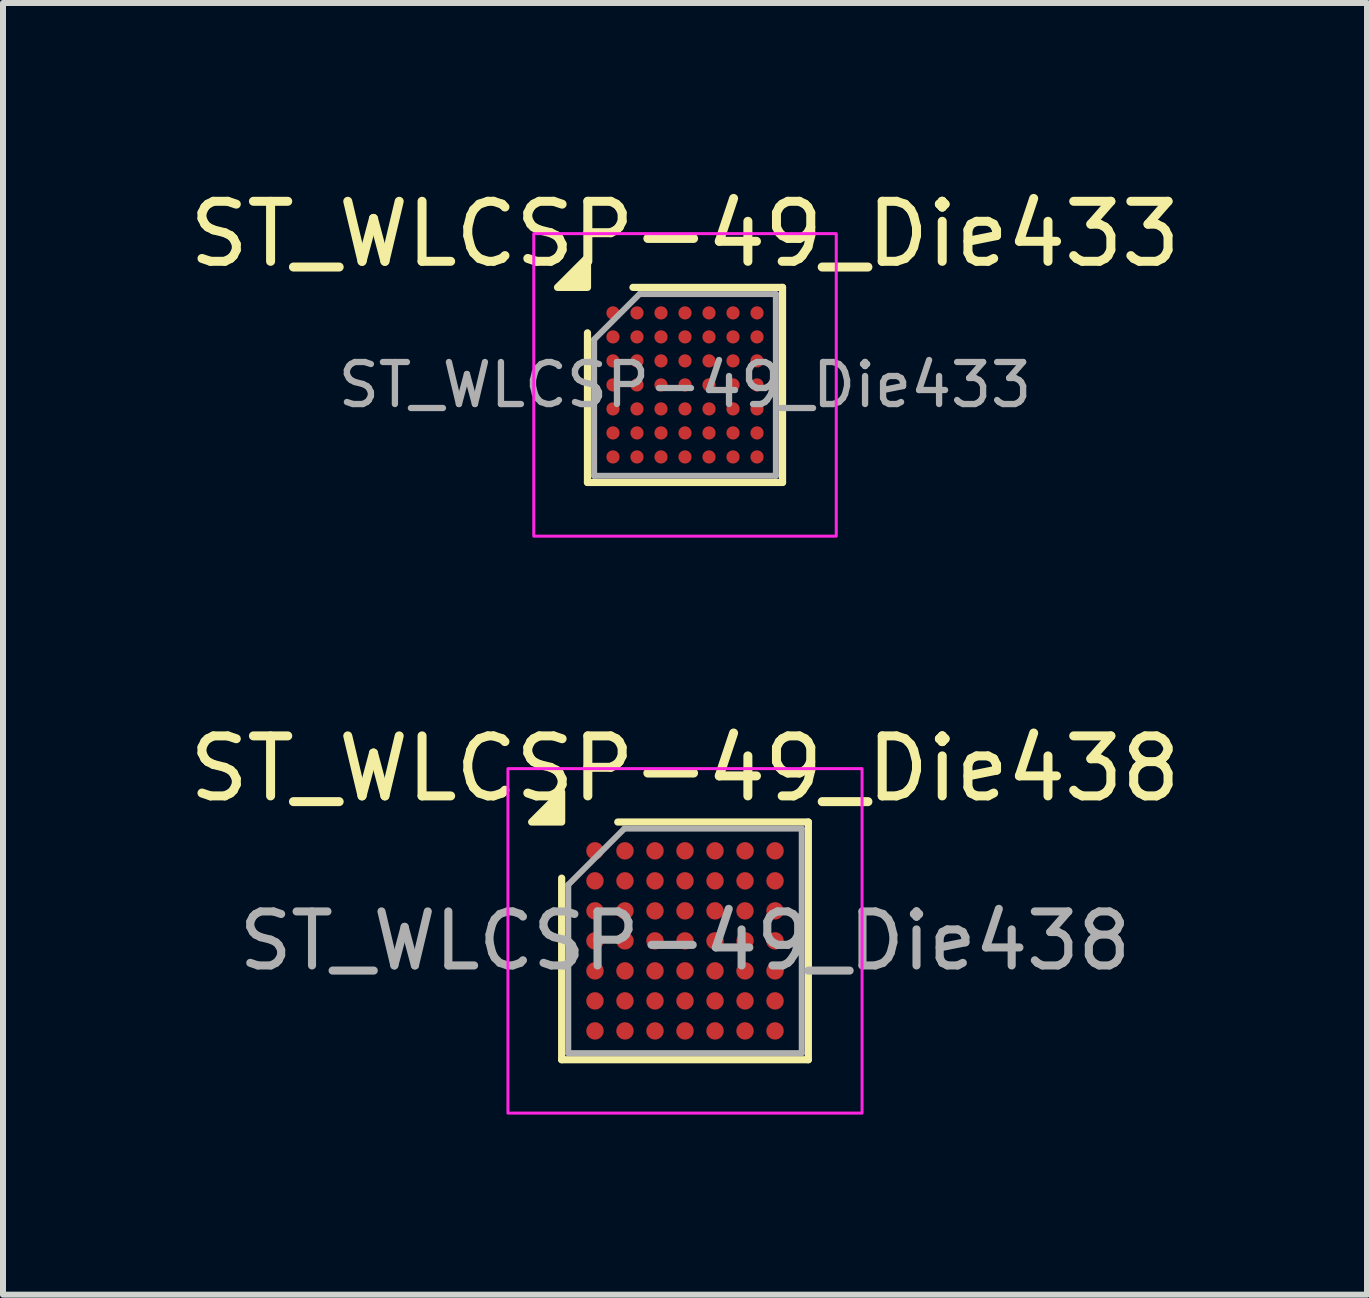
<source format=kicad_pcb>
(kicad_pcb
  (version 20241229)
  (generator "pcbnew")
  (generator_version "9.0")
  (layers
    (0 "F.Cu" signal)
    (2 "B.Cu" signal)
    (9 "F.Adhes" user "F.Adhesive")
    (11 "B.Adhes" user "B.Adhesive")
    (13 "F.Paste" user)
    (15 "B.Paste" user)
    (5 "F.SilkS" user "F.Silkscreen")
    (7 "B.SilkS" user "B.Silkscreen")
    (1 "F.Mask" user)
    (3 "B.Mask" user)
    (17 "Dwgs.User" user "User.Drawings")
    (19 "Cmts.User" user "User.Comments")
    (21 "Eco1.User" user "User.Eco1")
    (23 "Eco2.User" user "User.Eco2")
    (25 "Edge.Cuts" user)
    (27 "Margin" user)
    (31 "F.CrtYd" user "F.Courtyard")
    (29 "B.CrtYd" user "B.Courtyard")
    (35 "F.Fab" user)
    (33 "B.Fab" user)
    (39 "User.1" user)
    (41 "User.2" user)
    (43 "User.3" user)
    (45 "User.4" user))
  (footprint "ST_WLCSP-49_Die438"
    (layer "F.Cu")
    (at 8.363 12.626)
    (property "Reference" "ST_WLCSP-49_Die438" (at 0 -2.87 0) (layer "F.SilkS") (effects (font (size 1 1) (thickness 0.15))))
    (attr smd)
    (fp_line (start -2.055 1.98) (end -2.055 -1.045) (stroke (width 0.12) (type solid)) (layer "F.SilkS"))
    (fp_line (start -1.12 -1.98) (end 2.055 -1.98) (stroke (width 0.12) (type solid)) (layer "F.SilkS"))
    (fp_line (start 2.055 -1.98) (end 2.055 1.98) (stroke (width 0.12) (type solid)) (layer "F.SilkS"))
    (fp_line (start 2.055 1.98) (end -2.055 1.98) (stroke (width 0.12) (type solid)) (layer "F.SilkS"))
    (fp_poly (pts (xy -2.055 -1.98) (xy -2.555 -1.98) (xy -2.055 -2.48)) (stroke (width 0.12) (type solid)) (fill yes) (layer "F.SilkS"))
    (fp_rect (start -2.95 -2.87) (end 2.95 2.87) (stroke (width 0.05) (type solid)) (fill no) (layer "F.CrtYd"))
    (fp_line (start -1.945 -0.935) (end -1.01 -1.87) (stroke (width 0.1) (type solid)) (layer "F.Fab"))
    (fp_line (start -1.945 1.87) (end -1.945 -0.935) (stroke (width 0.1) (type solid)) (layer "F.Fab"))
    (fp_line (start -1.01 -1.87) (end 1.945 -1.87) (stroke (width 0.1) (type solid)) (layer "F.Fab"))
    (fp_line (start 1.945 -1.87) (end 1.945 1.87) (stroke (width 0.1) (type solid)) (layer "F.Fab"))
    (fp_line (start 1.945 1.87) (end -1.945 1.87) (stroke (width 0.1) (type solid)) (layer "F.Fab"))
    (fp_text user "${REFERENCE}" (at 0 0 0) (layer "F.Fab") (effects (font (size 0.9 0.9) (thickness 0.135))))
    (pad "A1" smd circle (at -1.5 -1.5) (size 0.29 0.29) (property pad_prop_bga) (layers "F.Cu" "F.Mask" "F.Paste"))
    (pad "A2" smd circle (at -1 -1.5) (size 0.29 0.29) (property pad_prop_bga) (layers "F.Cu" "F.Mask" "F.Paste"))
    (pad "A3" smd circle (at -0.5 -1.5) (size 0.29 0.29) (property pad_prop_bga) (layers "F.Cu" "F.Mask" "F.Paste"))
    (pad "A4" smd circle (at 0 -1.5) (size 0.29 0.29) (property pad_prop_bga) (layers "F.Cu" "F.Mask" "F.Paste"))
    (pad "A5" smd circle (at 0.5 -1.5) (size 0.29 0.29) (property pad_prop_bga) (layers "F.Cu" "F.Mask" "F.Paste"))
    (pad "A6" smd circle (at 1 -1.5) (size 0.29 0.29) (property pad_prop_bga) (layers "F.Cu" "F.Mask" "F.Paste"))
    (pad "A7" smd circle (at 1.5 -1.5) (size 0.29 0.29) (property pad_prop_bga) (layers "F.Cu" "F.Mask" "F.Paste"))
    (pad "B1" smd circle (at -1.5 -1) (size 0.29 0.29) (property pad_prop_bga) (layers "F.Cu" "F.Mask" "F.Paste"))
    (pad "B2" smd circle (at -1 -1) (size 0.29 0.29) (property pad_prop_bga) (layers "F.Cu" "F.Mask" "F.Paste"))
    (pad "B3" smd circle (at -0.5 -1) (size 0.29 0.29) (property pad_prop_bga) (layers "F.Cu" "F.Mask" "F.Paste"))
    (pad "B4" smd circle (at 0 -1) (size 0.29 0.29) (property pad_prop_bga) (layers "F.Cu" "F.Mask" "F.Paste"))
    (pad "B5" smd circle (at 0.5 -1) (size 0.29 0.29) (property pad_prop_bga) (layers "F.Cu" "F.Mask" "F.Paste"))
    (pad "B6" smd circle (at 1 -1) (size 0.29 0.29) (property pad_prop_bga) (layers "F.Cu" "F.Mask" "F.Paste"))
    (pad "B7" smd circle (at 1.5 -1) (size 0.29 0.29) (property pad_prop_bga) (layers "F.Cu" "F.Mask" "F.Paste"))
    (pad "C1" smd circle (at -1.5 -0.5) (size 0.29 0.29) (property pad_prop_bga) (layers "F.Cu" "F.Mask" "F.Paste"))
    (pad "C2" smd circle (at -1 -0.5) (size 0.29 0.29) (property pad_prop_bga) (layers "F.Cu" "F.Mask" "F.Paste"))
    (pad "C3" smd circle (at -0.5 -0.5) (size 0.29 0.29) (property pad_prop_bga) (layers "F.Cu" "F.Mask" "F.Paste"))
    (pad "C4" smd circle (at 0 -0.5) (size 0.29 0.29) (property pad_prop_bga) (layers "F.Cu" "F.Mask" "F.Paste"))
    (pad "C5" smd circle (at 0.5 -0.5) (size 0.29 0.29) (property pad_prop_bga) (layers "F.Cu" "F.Mask" "F.Paste"))
    (pad "C6" smd circle (at 1 -0.5) (size 0.29 0.29) (property pad_prop_bga) (layers "F.Cu" "F.Mask" "F.Paste"))
    (pad "C7" smd circle (at 1.5 -0.5) (size 0.29 0.29) (property pad_prop_bga) (layers "F.Cu" "F.Mask" "F.Paste"))
    (pad "D1" smd circle (at -1.5 0) (size 0.29 0.29) (property pad_prop_bga) (layers "F.Cu" "F.Mask" "F.Paste"))
    (pad "D2" smd circle (at -1 0) (size 0.29 0.29) (property pad_prop_bga) (layers "F.Cu" "F.Mask" "F.Paste"))
    (pad "D3" smd circle (at -0.5 0) (size 0.29 0.29) (property pad_prop_bga) (layers "F.Cu" "F.Mask" "F.Paste"))
    (pad "D4" smd circle (at 0 0) (size 0.29 0.29) (property pad_prop_bga) (layers "F.Cu" "F.Mask" "F.Paste"))
    (pad "D5" smd circle (at 0.5 0) (size 0.29 0.29) (property pad_prop_bga) (layers "F.Cu" "F.Mask" "F.Paste"))
    (pad "D6" smd circle (at 1 0) (size 0.29 0.29) (property pad_prop_bga) (layers "F.Cu" "F.Mask" "F.Paste"))
    (pad "D7" smd circle (at 1.5 0) (size 0.29 0.29) (property pad_prop_bga) (layers "F.Cu" "F.Mask" "F.Paste"))
    (pad "E1" smd circle (at -1.5 0.5) (size 0.29 0.29) (property pad_prop_bga) (layers "F.Cu" "F.Mask" "F.Paste"))
    (pad "E2" smd circle (at -1 0.5) (size 0.29 0.29) (property pad_prop_bga) (layers "F.Cu" "F.Mask" "F.Paste"))
    (pad "E3" smd circle (at -0.5 0.5) (size 0.29 0.29) (property pad_prop_bga) (layers "F.Cu" "F.Mask" "F.Paste"))
    (pad "E4" smd circle (at 0 0.5) (size 0.29 0.29) (property pad_prop_bga) (layers "F.Cu" "F.Mask" "F.Paste"))
    (pad "E5" smd circle (at 0.5 0.5) (size 0.29 0.29) (property pad_prop_bga) (layers "F.Cu" "F.Mask" "F.Paste"))
    (pad "E6" smd circle (at 1 0.5) (size 0.29 0.29) (property pad_prop_bga) (layers "F.Cu" "F.Mask" "F.Paste"))
    (pad "E7" smd circle (at 1.5 0.5) (size 0.29 0.29) (property pad_prop_bga) (layers "F.Cu" "F.Mask" "F.Paste"))
    (pad "F1" smd circle (at -1.5 1) (size 0.29 0.29) (property pad_prop_bga) (layers "F.Cu" "F.Mask" "F.Paste"))
    (pad "F2" smd circle (at -1 1) (size 0.29 0.29) (property pad_prop_bga) (layers "F.Cu" "F.Mask" "F.Paste"))
    (pad "F3" smd circle (at -0.5 1) (size 0.29 0.29) (property pad_prop_bga) (layers "F.Cu" "F.Mask" "F.Paste"))
    (pad "F4" smd circle (at 0 1) (size 0.29 0.29) (property pad_prop_bga) (layers "F.Cu" "F.Mask" "F.Paste"))
    (pad "F5" smd circle (at 0.5 1) (size 0.29 0.29) (property pad_prop_bga) (layers "F.Cu" "F.Mask" "F.Paste"))
    (pad "F6" smd circle (at 1 1) (size 0.29 0.29) (property pad_prop_bga) (layers "F.Cu" "F.Mask" "F.Paste"))
    (pad "F7" smd circle (at 1.5 1) (size 0.29 0.29) (property pad_prop_bga) (layers "F.Cu" "F.Mask" "F.Paste"))
    (pad "G1" smd circle (at -1.5 1.5) (size 0.29 0.29) (property pad_prop_bga) (layers "F.Cu" "F.Mask" "F.Paste"))
    (pad "G2" smd circle (at -1 1.5) (size 0.29 0.29) (property pad_prop_bga) (layers "F.Cu" "F.Mask" "F.Paste"))
    (pad "G3" smd circle (at -0.5 1.5) (size 0.29 0.29) (property pad_prop_bga) (layers "F.Cu" "F.Mask" "F.Paste"))
    (pad "G4" smd circle (at 0 1.5) (size 0.29 0.29) (property pad_prop_bga) (layers "F.Cu" "F.Mask" "F.Paste"))
    (pad "G5" smd circle (at 0.5 1.5) (size 0.29 0.29) (property pad_prop_bga) (layers "F.Cu" "F.Mask" "F.Paste"))
    (pad "G6" smd circle (at 1 1.5) (size 0.29 0.29) (property pad_prop_bga) (layers "F.Cu" "F.Mask" "F.Paste"))
    (pad "G7" smd circle (at 1.5 1.5) (size 0.29 0.29) (property pad_prop_bga) (layers "F.Cu" "F.Mask" "F.Paste")))
  (footprint "ST_WLCSP-49_Die433"
    (layer "F.Cu")
    (at 8.363 3.363)
    (property "Reference" "ST_WLCSP-49_Die433" (at 0 -2.514 0) (layer "F.SilkS") (effects (font (size 1 1) (thickness 0.15))))
    (attr smd)
    (fp_line (start -1.625 1.625) (end -1.625 -0.867) (stroke (width 0.12) (type solid)) (layer "F.SilkS"))
    (fp_line (start -0.867 -1.625) (end 1.625 -1.625) (stroke (width 0.12) (type solid)) (layer "F.SilkS"))
    (fp_line (start 1.625 -1.625) (end 1.625 1.625) (stroke (width 0.12) (type solid)) (layer "F.SilkS"))
    (fp_line (start 1.625 1.625) (end -1.625 1.625) (stroke (width 0.12) (type solid)) (layer "F.SilkS"))
    (fp_poly (pts (xy -1.625 -1.625) (xy -2.124 -1.625) (xy -1.625 -2.124)) (stroke (width 0.12) (type solid)) (fill yes) (layer "F.SilkS"))
    (fp_rect (start -2.52 -2.52) (end 2.52 2.52) (stroke (width 0.05) (type solid)) (fill no) (layer "F.CrtYd"))
    (fp_line (start -1.514 -0.757) (end -0.757 -1.514) (stroke (width 0.1) (type solid)) (layer "F.Fab"))
    (fp_line (start -1.514 1.514) (end -1.514 -0.757) (stroke (width 0.1) (type solid)) (layer "F.Fab"))
    (fp_line (start -0.757 -1.514) (end 1.514 -1.514) (stroke (width 0.1) (type solid)) (layer "F.Fab"))
    (fp_line (start 1.514 -1.514) (end 1.514 1.514) (stroke (width 0.1) (type solid)) (layer "F.Fab"))
    (fp_line (start 1.514 1.514) (end -1.514 1.514) (stroke (width 0.1) (type solid)) (layer "F.Fab"))
    (fp_text user "${REFERENCE}" (at 0 0 0) (layer "F.Fab") (effects (font (size 0.7 0.7) (thickness 0.105))))
    (pad "A1" smd circle (at -1.2 -1.2) (size 0.22 0.22) (property pad_prop_bga) (layers "F.Cu" "F.Mask" "F.Paste"))
    (pad "A2" smd circle (at -0.8 -1.2) (size 0.22 0.22) (property pad_prop_bga) (layers "F.Cu" "F.Mask" "F.Paste"))
    (pad "A3" smd circle (at -0.4 -1.2) (size 0.22 0.22) (property pad_prop_bga) (layers "F.Cu" "F.Mask" "F.Paste"))
    (pad "A4" smd circle (at 0 -1.2) (size 0.22 0.22) (property pad_prop_bga) (layers "F.Cu" "F.Mask" "F.Paste"))
    (pad "A5" smd circle (at 0.4 -1.2) (size 0.22 0.22) (property pad_prop_bga) (layers "F.Cu" "F.Mask" "F.Paste"))
    (pad "A6" smd circle (at 0.8 -1.2) (size 0.22 0.22) (property pad_prop_bga) (layers "F.Cu" "F.Mask" "F.Paste"))
    (pad "A7" smd circle (at 1.2 -1.2) (size 0.22 0.22) (property pad_prop_bga) (layers "F.Cu" "F.Mask" "F.Paste"))
    (pad "B1" smd circle (at -1.2 -0.8) (size 0.22 0.22) (property pad_prop_bga) (layers "F.Cu" "F.Mask" "F.Paste"))
    (pad "B2" smd circle (at -0.8 -0.8) (size 0.22 0.22) (property pad_prop_bga) (layers "F.Cu" "F.Mask" "F.Paste"))
    (pad "B3" smd circle (at -0.4 -0.8) (size 0.22 0.22) (property pad_prop_bga) (layers "F.Cu" "F.Mask" "F.Paste"))
    (pad "B4" smd circle (at 0 -0.8) (size 0.22 0.22) (property pad_prop_bga) (layers "F.Cu" "F.Mask" "F.Paste"))
    (pad "B5" smd circle (at 0.4 -0.8) (size 0.22 0.22) (property pad_prop_bga) (layers "F.Cu" "F.Mask" "F.Paste"))
    (pad "B6" smd circle (at 0.8 -0.8) (size 0.22 0.22) (property pad_prop_bga) (layers "F.Cu" "F.Mask" "F.Paste"))
    (pad "B7" smd circle (at 1.2 -0.8) (size 0.22 0.22) (property pad_prop_bga) (layers "F.Cu" "F.Mask" "F.Paste"))
    (pad "C1" smd circle (at -1.2 -0.4) (size 0.22 0.22) (property pad_prop_bga) (layers "F.Cu" "F.Mask" "F.Paste"))
    (pad "C2" smd circle (at -0.8 -0.4) (size 0.22 0.22) (property pad_prop_bga) (layers "F.Cu" "F.Mask" "F.Paste"))
    (pad "C3" smd circle (at -0.4 -0.4) (size 0.22 0.22) (property pad_prop_bga) (layers "F.Cu" "F.Mask" "F.Paste"))
    (pad "C4" smd circle (at 0 -0.4) (size 0.22 0.22) (property pad_prop_bga) (layers "F.Cu" "F.Mask" "F.Paste"))
    (pad "C5" smd circle (at 0.4 -0.4) (size 0.22 0.22) (property pad_prop_bga) (layers "F.Cu" "F.Mask" "F.Paste"))
    (pad "C6" smd circle (at 0.8 -0.4) (size 0.22 0.22) (property pad_prop_bga) (layers "F.Cu" "F.Mask" "F.Paste"))
    (pad "C7" smd circle (at 1.2 -0.4) (size 0.22 0.22) (property pad_prop_bga) (layers "F.Cu" "F.Mask" "F.Paste"))
    (pad "D1" smd circle (at -1.2 0) (size 0.22 0.22) (property pad_prop_bga) (layers "F.Cu" "F.Mask" "F.Paste"))
    (pad "D2" smd circle (at -0.8 0) (size 0.22 0.22) (property pad_prop_bga) (layers "F.Cu" "F.Mask" "F.Paste"))
    (pad "D3" smd circle (at -0.4 0) (size 0.22 0.22) (property pad_prop_bga) (layers "F.Cu" "F.Mask" "F.Paste"))
    (pad "D4" smd circle (at 0 0) (size 0.22 0.22) (property pad_prop_bga) (layers "F.Cu" "F.Mask" "F.Paste"))
    (pad "D5" smd circle (at 0.4 0) (size 0.22 0.22) (property pad_prop_bga) (layers "F.Cu" "F.Mask" "F.Paste"))
    (pad "D6" smd circle (at 0.8 0) (size 0.22 0.22) (property pad_prop_bga) (layers "F.Cu" "F.Mask" "F.Paste"))
    (pad "D7" smd circle (at 1.2 0) (size 0.22 0.22) (property pad_prop_bga) (layers "F.Cu" "F.Mask" "F.Paste"))
    (pad "E1" smd circle (at -1.2 0.4) (size 0.22 0.22) (property pad_prop_bga) (layers "F.Cu" "F.Mask" "F.Paste"))
    (pad "E2" smd circle (at -0.8 0.4) (size 0.22 0.22) (property pad_prop_bga) (layers "F.Cu" "F.Mask" "F.Paste"))
    (pad "E3" smd circle (at -0.4 0.4) (size 0.22 0.22) (property pad_prop_bga) (layers "F.Cu" "F.Mask" "F.Paste"))
    (pad "E4" smd circle (at 0 0.4) (size 0.22 0.22) (property pad_prop_bga) (layers "F.Cu" "F.Mask" "F.Paste"))
    (pad "E5" smd circle (at 0.4 0.4) (size 0.22 0.22) (property pad_prop_bga) (layers "F.Cu" "F.Mask" "F.Paste"))
    (pad "E6" smd circle (at 0.8 0.4) (size 0.22 0.22) (property pad_prop_bga) (layers "F.Cu" "F.Mask" "F.Paste"))
    (pad "E7" smd circle (at 1.2 0.4) (size 0.22 0.22) (property pad_prop_bga) (layers "F.Cu" "F.Mask" "F.Paste"))
    (pad "F1" smd circle (at -1.2 0.8) (size 0.22 0.22) (property pad_prop_bga) (layers "F.Cu" "F.Mask" "F.Paste"))
    (pad "F2" smd circle (at -0.8 0.8) (size 0.22 0.22) (property pad_prop_bga) (layers "F.Cu" "F.Mask" "F.Paste"))
    (pad "F3" smd circle (at -0.4 0.8) (size 0.22 0.22) (property pad_prop_bga) (layers "F.Cu" "F.Mask" "F.Paste"))
    (pad "F4" smd circle (at 0 0.8) (size 0.22 0.22) (property pad_prop_bga) (layers "F.Cu" "F.Mask" "F.Paste"))
    (pad "F5" smd circle (at 0.4 0.8) (size 0.22 0.22) (property pad_prop_bga) (layers "F.Cu" "F.Mask" "F.Paste"))
    (pad "F6" smd circle (at 0.8 0.8) (size 0.22 0.22) (property pad_prop_bga) (layers "F.Cu" "F.Mask" "F.Paste"))
    (pad "F7" smd circle (at 1.2 0.8) (size 0.22 0.22) (property pad_prop_bga) (layers "F.Cu" "F.Mask" "F.Paste"))
    (pad "G1" smd circle (at -1.2 1.2) (size 0.22 0.22) (property pad_prop_bga) (layers "F.Cu" "F.Mask" "F.Paste"))
    (pad "G2" smd circle (at -0.8 1.2) (size 0.22 0.22) (property pad_prop_bga) (layers "F.Cu" "F.Mask" "F.Paste"))
    (pad "G3" smd circle (at -0.4 1.2) (size 0.22 0.22) (property pad_prop_bga) (layers "F.Cu" "F.Mask" "F.Paste"))
    (pad "G4" smd circle (at 0 1.2) (size 0.22 0.22) (property pad_prop_bga) (layers "F.Cu" "F.Mask" "F.Paste"))
    (pad "G5" smd circle (at 0.4 1.2) (size 0.22 0.22) (property pad_prop_bga) (layers "F.Cu" "F.Mask" "F.Paste"))
    (pad "G6" smd circle (at 0.8 1.2) (size 0.22 0.22) (property pad_prop_bga) (layers "F.Cu" "F.Mask" "F.Paste"))
    (pad "G7" smd circle (at 1.2 1.2) (size 0.22 0.22) (property pad_prop_bga) (layers "F.Cu" "F.Mask" "F.Paste")))
  (gr_rect
    (start -3 -3)
    (end 19.726 18.521)
    (stroke (width 0.1) (type default))
    (fill no)
    (layer "Edge.Cuts")))
</source>
